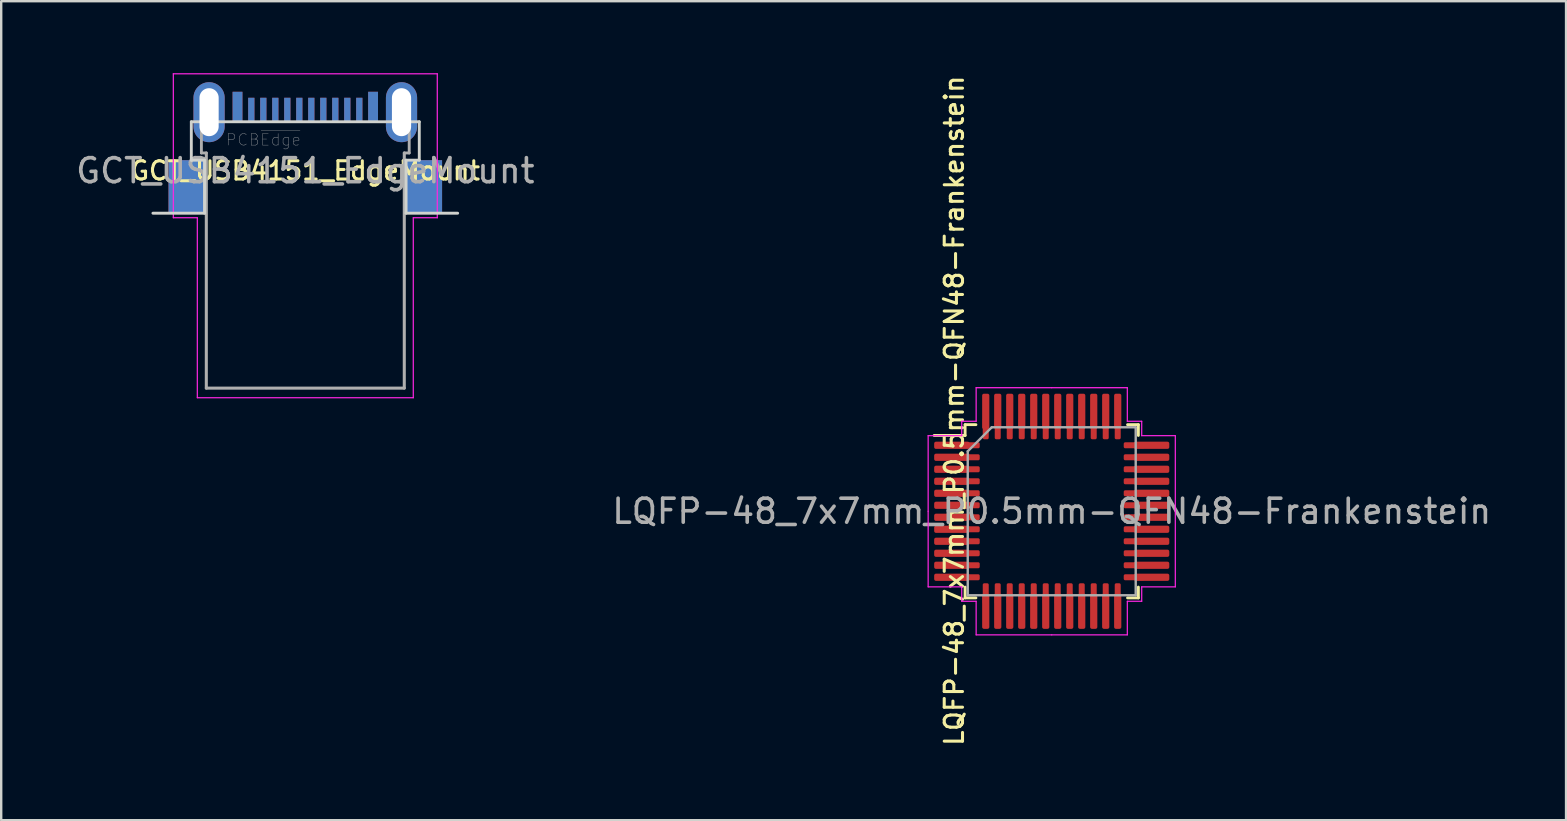
<source format=kicad_pcb>
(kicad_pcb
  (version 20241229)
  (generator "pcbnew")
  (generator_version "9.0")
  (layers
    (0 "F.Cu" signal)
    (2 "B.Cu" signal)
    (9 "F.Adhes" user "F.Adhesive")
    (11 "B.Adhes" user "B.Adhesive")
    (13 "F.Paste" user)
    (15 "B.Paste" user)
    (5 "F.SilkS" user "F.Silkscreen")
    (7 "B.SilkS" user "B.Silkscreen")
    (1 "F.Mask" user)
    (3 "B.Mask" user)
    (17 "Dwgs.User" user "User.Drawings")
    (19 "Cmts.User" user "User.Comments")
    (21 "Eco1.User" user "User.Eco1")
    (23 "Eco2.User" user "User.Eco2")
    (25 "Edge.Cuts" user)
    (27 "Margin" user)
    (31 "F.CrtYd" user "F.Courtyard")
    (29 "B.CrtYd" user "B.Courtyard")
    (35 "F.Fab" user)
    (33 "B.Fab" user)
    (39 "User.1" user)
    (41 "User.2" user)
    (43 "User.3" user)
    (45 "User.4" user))
  (footprint "GCT_USB4151_EdgeMount"
    (layer "F.Cu")
    (at 9.673 2.025)
    (property "Reference" "GCT_USB4151_EdgeMount" (at 0 2.04 0) (layer "F.SilkS") (effects (font (size 0.762 0.762) (thickness 0.127))))
    (attr through_hole)
    (fp_line (start -4.75 0) (end -4.75 1.6) (stroke (width 0.12) (type solid)) (layer "Edge.Cuts"))
    (fp_line (start -4.75 0) (end 4.75 0) (stroke (width 0.12) (type solid)) (layer "Edge.Cuts"))
    (fp_line (start -4.2 1.6) (end -4.75 1.6) (stroke (width 0.12) (type solid)) (layer "Edge.Cuts"))
    (fp_line (start -4.2 1.6) (end -4.2 3.81) (stroke (width 0.12) (type solid)) (layer "Edge.Cuts"))
    (fp_line (start -4.2 3.81) (end -6.35 3.81) (stroke (width 0.12) (type solid)) (layer "Edge.Cuts"))
    (fp_line (start 4.2 1.6) (end 4.2 3.81) (stroke (width 0.12) (type solid)) (layer "Edge.Cuts"))
    (fp_line (start 4.2 1.6) (end 4.75 1.6) (stroke (width 0.12) (type solid)) (layer "Edge.Cuts"))
    (fp_line (start 4.2 3.81) (end 6.35 3.81) (stroke (width 0.12) (type solid)) (layer "Edge.Cuts"))
    (fp_line (start 4.75 0) (end 4.75 1.6) (stroke (width 0.12) (type solid)) (layer "Edge.Cuts"))
    (fp_line (start -5.5 -2) (end 5.5 -2) (stroke (width 0.05) (type solid)) (layer "F.CrtYd"))
    (fp_line (start -5.5 4) (end -5.5 -2) (stroke (width 0.05) (type solid)) (layer "F.CrtYd"))
    (fp_line (start -5.5 4) (end -4.5 4) (stroke (width 0.05) (type solid)) (layer "F.CrtYd"))
    (fp_line (start -4.5 4) (end -4.5 11.5) (stroke (width 0.05) (type solid)) (layer "F.CrtYd"))
    (fp_line (start 4.5 4) (end 5.5 4) (stroke (width 0.05) (type solid)) (layer "F.CrtYd"))
    (fp_line (start 4.5 11.5) (end -4.5 11.5) (stroke (width 0.05) (type solid)) (layer "F.CrtYd"))
    (fp_line (start 4.5 11.5) (end 4.5 4) (stroke (width 0.05) (type solid)) (layer "F.CrtYd"))
    (fp_line (start 5.5 -2) (end 5.5 4) (stroke (width 0.05) (type solid)) (layer "F.CrtYd"))
    (fp_line (start -4.33 0) (end -4.33 1.3) (stroke (width 0.12) (type solid)) (layer "F.Fab"))
    (fp_line (start -4.33 1.3) (end -4.125 1.3) (stroke (width 0.12) (type solid)) (layer "F.Fab"))
    (fp_line (start -4.125 11.1) (end -4.125 1.3) (stroke (width 0.127) (type solid)) (layer "F.Fab"))
    (fp_line (start 4.125 1.3) (end 4.125 11.1) (stroke (width 0.127) (type solid)) (layer "F.Fab"))
    (fp_line (start 4.125 1.3) (end 4.33 1.3) (stroke (width 0.12) (type solid)) (layer "F.Fab"))
    (fp_line (start 4.125 11.1) (end -4.125 11.1) (stroke (width 0.127) (type solid)) (layer "F.Fab"))
    (fp_line (start 4.33 0) (end 4.33 1.3) (stroke (width 0.12) (type solid)) (layer "F.Fab"))
    (fp_text user "PCB~{Edge}" (at -1.75 0.75 0) (layer "F.Fab") (effects (font (size 0.48 0.48) (thickness 0.015))))
    (fp_text user "${REFERENCE}" (at 0 2.04 0) (layer "F.Fab") (effects (font (size 1 1) (thickness 0.15))))
    (pad "A1" smd rect (at 2.825 -0.625) (size 0.41 1.25) (layers "F.Cu" "F.Mask" "F.Paste"))
    (pad "A2" smd rect (at 2.25 -0.5) (size 0.26 1) (layers "F.Cu" "F.Mask" "F.Paste"))
    (pad "A3" smd rect (at 1.75 -0.5) (size 0.26 1) (layers "F.Cu" "F.Mask" "F.Paste"))
    (pad "A4" smd rect (at 1.25 -0.5) (size 0.26 1) (layers "F.Cu" "F.Mask" "F.Paste"))
    (pad "A5" smd rect (at 0.75 -0.5) (size 0.26 1) (layers "F.Cu" "F.Mask" "F.Paste"))
    (pad "A6" smd rect (at 0.25 -0.5) (size 0.26 1) (layers "F.Cu" "F.Mask" "F.Paste"))
    (pad "A7" smd rect (at -0.25 -0.5) (size 0.26 1) (layers "F.Cu" "F.Mask" "F.Paste"))
    (pad "A8" smd rect (at -0.75 -0.5) (size 0.26 1) (layers "F.Cu" "F.Mask" "F.Paste"))
    (pad "A9" smd rect (at -1.25 -0.5) (size 0.26 1) (layers "F.Cu" "F.Mask" "F.Paste"))
    (pad "A10" smd rect (at -1.75 -0.5) (size 0.26 1) (layers "F.Cu" "F.Mask" "F.Paste"))
    (pad "A11" smd rect (at -2.25 -0.5) (size 0.26 1) (layers "F.Cu" "F.Mask" "F.Paste"))
    (pad "A12" smd rect (at -2.825 -0.625) (size 0.41 1.25) (layers "F.Cu" "F.Mask" "F.Paste"))
    (pad "B1" smd rect (at -2.825 -0.625) (size 0.41 1.25) (layers "B.Cu" "B.Mask" "B.Paste"))
    (pad "B2" smd rect (at -2.25 -0.5) (size 0.26 1) (layers "B.Cu" "B.Mask" "B.Paste"))
    (pad "B3" smd rect (at -1.75 -0.5) (size 0.26 1) (layers "B.Cu" "B.Mask" "B.Paste"))
    (pad "B4" smd rect (at -1.25 -0.5) (size 0.26 1) (layers "B.Cu" "B.Mask" "B.Paste"))
    (pad "B5" smd rect (at -0.75 -0.5) (size 0.26 1) (layers "B.Cu" "B.Mask" "B.Paste"))
    (pad "B6" smd rect (at -0.25 -0.5) (size 0.26 1) (layers "B.Cu" "B.Mask" "B.Paste"))
    (pad "B7" smd rect (at 0.25 -0.5) (size 0.26 1) (layers "B.Cu" "B.Mask" "B.Paste"))
    (pad "B8" smd rect (at 0.75 -0.5) (size 0.26 1) (layers "B.Cu" "B.Mask" "B.Paste"))
    (pad "B9" smd rect (at 1.25 -0.5) (size 0.26 1) (layers "B.Cu" "B.Mask" "B.Paste"))
    (pad "B10" smd rect (at 1.75 -0.5) (size 0.26 1) (layers "B.Cu" "B.Mask" "B.Paste"))
    (pad "B11" smd rect (at 2.25 -0.5) (size 0.26 1) (layers "B.Cu" "B.Mask" "B.Paste"))
    (pad "B12" smd rect (at 2.825 -0.625) (size 0.41 1.25) (layers "B.Cu" "B.Mask" "B.Paste"))
    (pad "S1" thru_hole oval (at -4.01 -0.4) (size 1.3 2.5) (drill oval 0.8 2) (layers "*.Cu" "*.Mask"))
    (pad "S2" thru_hole oval (at 4.01 -0.4) (size 1.3 2.5) (drill oval 0.8 2) (layers "*.Cu" "*.Mask"))
    (pad "S3" smd rect (at -4.95 2.7) (size 1.5 2.2) (layers "F.Cu" "F.Mask" "F.Paste"))
    (pad "S4" smd rect (at 4.95 2.7) (size 1.5 2.2) (layers "F.Cu" "F.Mask" "F.Paste"))
    (pad "S5" smd rect (at -4.95 2.7) (size 1.5 2.2) (layers "B.Cu" "B.Mask" "B.Paste"))
    (pad "S6" smd rect (at 4.95 2.7) (size 1.5 2.2) (layers "B.Cu" "B.Mask" "B.Paste")))
  (footprint "LQFP-48_7x7mm_P0.5mm-QFN48-Frankenstein"
    (layer "F.Cu")
    (at 40.78 18.257)
    (property "Reference" "LQFP-48_7x7mm_P0.5mm-QFN48-Frankenstein" (at -4.064 -4.191 90) (layer "F.SilkS") (effects (font (size 0.762 0.762) (thickness 0.127))))
    (attr smd)
    (fp_line (start -3.61 -3.61) (end -3.61 -3.16) (stroke (width 0.12) (type solid)) (layer "F.SilkS"))
    (fp_line (start -3.61 -3.16) (end -4.9 -3.16) (stroke (width 0.12) (type solid)) (layer "F.SilkS"))
    (fp_line (start -3.61 3.61) (end -3.61 3.16) (stroke (width 0.12) (type solid)) (layer "F.SilkS"))
    (fp_line (start -3.16 -3.61) (end -3.61 -3.61) (stroke (width 0.12) (type solid)) (layer "F.SilkS"))
    (fp_line (start -3.16 3.61) (end -3.61 3.61) (stroke (width 0.12) (type solid)) (layer "F.SilkS"))
    (fp_line (start 3.16 -3.61) (end 3.61 -3.61) (stroke (width 0.12) (type solid)) (layer "F.SilkS"))
    (fp_line (start 3.16 3.61) (end 3.61 3.61) (stroke (width 0.12) (type solid)) (layer "F.SilkS"))
    (fp_line (start 3.61 -3.61) (end 3.61 -3.16) (stroke (width 0.12) (type solid)) (layer "F.SilkS"))
    (fp_line (start 3.61 3.61) (end 3.61 3.16) (stroke (width 0.12) (type solid)) (layer "F.SilkS"))
    (fp_line (start -5.15 -3.15) (end -5.15 0) (stroke (width 0.05) (type solid)) (layer "F.CrtYd"))
    (fp_line (start -5.15 3.15) (end -5.15 0) (stroke (width 0.05) (type solid)) (layer "F.CrtYd"))
    (fp_line (start -3.75 -3.75) (end -3.75 -3.15) (stroke (width 0.05) (type solid)) (layer "F.CrtYd"))
    (fp_line (start -3.75 -3.15) (end -5.15 -3.15) (stroke (width 0.05) (type solid)) (layer "F.CrtYd"))
    (fp_line (start -3.75 3.15) (end -5.15 3.15) (stroke (width 0.05) (type solid)) (layer "F.CrtYd"))
    (fp_line (start -3.75 3.75) (end -3.75 3.15) (stroke (width 0.05) (type solid)) (layer "F.CrtYd"))
    (fp_line (start -3.15 -5.15) (end -3.15 -3.75) (stroke (width 0.05) (type solid)) (layer "F.CrtYd"))
    (fp_line (start -3.15 -3.75) (end -3.75 -3.75) (stroke (width 0.05) (type solid)) (layer "F.CrtYd"))
    (fp_line (start -3.15 3.75) (end -3.75 3.75) (stroke (width 0.05) (type solid)) (layer "F.CrtYd"))
    (fp_line (start -3.15 5.15) (end -3.15 3.75) (stroke (width 0.05) (type solid)) (layer "F.CrtYd"))
    (fp_line (start 0 -5.15) (end -3.15 -5.15) (stroke (width 0.05) (type solid)) (layer "F.CrtYd"))
    (fp_line (start 0 -5.15) (end 3.15 -5.15) (stroke (width 0.05) (type solid)) (layer "F.CrtYd"))
    (fp_line (start 0 5.15) (end -3.15 5.15) (stroke (width 0.05) (type solid)) (layer "F.CrtYd"))
    (fp_line (start 0 5.15) (end 3.15 5.15) (stroke (width 0.05) (type solid)) (layer "F.CrtYd"))
    (fp_line (start 3.15 -5.15) (end 3.15 -3.75) (stroke (width 0.05) (type solid)) (layer "F.CrtYd"))
    (fp_line (start 3.15 -3.75) (end 3.75 -3.75) (stroke (width 0.05) (type solid)) (layer "F.CrtYd"))
    (fp_line (start 3.15 3.75) (end 3.75 3.75) (stroke (width 0.05) (type solid)) (layer "F.CrtYd"))
    (fp_line (start 3.15 5.15) (end 3.15 3.75) (stroke (width 0.05) (type solid)) (layer "F.CrtYd"))
    (fp_line (start 3.75 -3.75) (end 3.75 -3.15) (stroke (width 0.05) (type solid)) (layer "F.CrtYd"))
    (fp_line (start 3.75 -3.15) (end 5.15 -3.15) (stroke (width 0.05) (type solid)) (layer "F.CrtYd"))
    (fp_line (start 3.75 3.15) (end 5.15 3.15) (stroke (width 0.05) (type solid)) (layer "F.CrtYd"))
    (fp_line (start 3.75 3.75) (end 3.75 3.15) (stroke (width 0.05) (type solid)) (layer "F.CrtYd"))
    (fp_line (start 5.15 -3.15) (end 5.15 0) (stroke (width 0.05) (type solid)) (layer "F.CrtYd"))
    (fp_line (start 5.15 3.15) (end 5.15 0) (stroke (width 0.05) (type solid)) (layer "F.CrtYd"))
    (fp_line (start -3.5 -2.5) (end -2.5 -3.5) (stroke (width 0.1) (type solid)) (layer "F.Fab"))
    (fp_line (start -3.5 3.5) (end -3.5 -2.5) (stroke (width 0.1) (type solid)) (layer "F.Fab"))
    (fp_line (start -2.5 -3.5) (end 3.5 -3.5) (stroke (width 0.1) (type solid)) (layer "F.Fab"))
    (fp_line (start 3.5 -3.5) (end 3.5 3.5) (stroke (width 0.1) (type solid)) (layer "F.Fab"))
    (fp_line (start 3.5 3.5) (end -3.5 3.5) (stroke (width 0.1) (type solid)) (layer "F.Fab"))
    (fp_text user "${REFERENCE}" (at 0 0 180) (layer "F.Fab") (effects (font (size 1 1) (thickness 0.15))))
    (pad "1" smd roundrect (at -4.162 -2.75) (size 1.475 0.3) (layers "F.Cu" "F.Mask" "F.Paste") (roundrect_rratio 0.25))
    (pad "1" smd roundrect (at -3.438 -2.75) (size 0.875 0.25) (layers "F.Cu" "F.Mask" "F.Paste") (roundrect_rratio 0.25))
    (pad "2" smd roundrect (at -4.162 -2.25) (size 1.475 0.3) (layers "F.Cu" "F.Mask" "F.Paste") (roundrect_rratio 0.25))
    (pad "2" smd roundrect (at -3.438 -2.25) (size 0.875 0.25) (layers "F.Cu" "F.Mask" "F.Paste") (roundrect_rratio 0.25))
    (pad "3" smd roundrect (at -4.162 -1.75) (size 1.475 0.3) (layers "F.Cu" "F.Mask" "F.Paste") (roundrect_rratio 0.25))
    (pad "3" smd roundrect (at -3.438 -1.75) (size 0.875 0.25) (layers "F.Cu" "F.Mask" "F.Paste") (roundrect_rratio 0.25))
    (pad "4" smd roundrect (at -4.162 -1.25) (size 1.475 0.3) (layers "F.Cu" "F.Mask" "F.Paste") (roundrect_rratio 0.25))
    (pad "4" smd roundrect (at -3.438 -1.25) (size 0.875 0.25) (layers "F.Cu" "F.Mask" "F.Paste") (roundrect_rratio 0.25))
    (pad "5" smd roundrect (at -4.162 -0.75) (size 1.475 0.3) (layers "F.Cu" "F.Mask" "F.Paste") (roundrect_rratio 0.25))
    (pad "5" smd roundrect (at -3.438 -0.75) (size 0.875 0.25) (layers "F.Cu" "F.Mask" "F.Paste") (roundrect_rratio 0.25))
    (pad "6" smd roundrect (at -4.162 -0.25) (size 1.475 0.3) (layers "F.Cu" "F.Mask" "F.Paste") (roundrect_rratio 0.25))
    (pad "6" smd roundrect (at -3.438 -0.25) (size 0.875 0.25) (layers "F.Cu" "F.Mask" "F.Paste") (roundrect_rratio 0.25))
    (pad "7" smd roundrect (at -4.162 0.25) (size 1.475 0.3) (layers "F.Cu" "F.Mask" "F.Paste") (roundrect_rratio 0.25))
    (pad "7" smd roundrect (at -3.438 0.25) (size 0.875 0.25) (layers "F.Cu" "F.Mask" "F.Paste") (roundrect_rratio 0.25))
    (pad "8" smd roundrect (at -4.162 0.75) (size 1.475 0.3) (layers "F.Cu" "F.Mask" "F.Paste") (roundrect_rratio 0.25))
    (pad "8" smd roundrect (at -3.438 0.75) (size 0.875 0.25) (layers "F.Cu" "F.Mask" "F.Paste") (roundrect_rratio 0.25))
    (pad "9" smd roundrect (at -4.162 1.25) (size 1.475 0.3) (layers "F.Cu" "F.Mask" "F.Paste") (roundrect_rratio 0.25))
    (pad "9" smd roundrect (at -3.438 1.25) (size 0.875 0.25) (layers "F.Cu" "F.Mask" "F.Paste") (roundrect_rratio 0.25))
    (pad "10" smd roundrect (at -4.162 1.75) (size 1.475 0.3) (layers "F.Cu" "F.Mask" "F.Paste") (roundrect_rratio 0.25))
    (pad "10" smd roundrect (at -3.438 1.75) (size 0.875 0.25) (layers "F.Cu" "F.Mask" "F.Paste") (roundrect_rratio 0.25))
    (pad "11" smd roundrect (at -4.162 2.25) (size 1.475 0.3) (layers "F.Cu" "F.Mask" "F.Paste") (roundrect_rratio 0.25))
    (pad "11" smd roundrect (at -3.438 2.25) (size 0.875 0.25) (layers "F.Cu" "F.Mask" "F.Paste") (roundrect_rratio 0.25))
    (pad "12" smd roundrect (at -4.162 2.75) (size 1.475 0.3) (layers "F.Cu" "F.Mask" "F.Paste") (roundrect_rratio 0.25))
    (pad "12" smd roundrect (at -3.438 2.75) (size 0.875 0.25) (layers "F.Cu" "F.Mask" "F.Paste") (roundrect_rratio 0.25))
    (pad "13" smd roundrect (at -2.75 3.438) (size 0.25 0.875) (layers "F.Cu" "F.Mask" "F.Paste") (roundrect_rratio 0.25))
    (pad "13" smd roundrect (at -2.75 4.162) (size 0.3 1.475) (layers "F.Cu" "F.Mask" "F.Paste") (roundrect_rratio 0.25))
    (pad "14" smd roundrect (at -2.25 3.438) (size 0.25 0.875) (layers "F.Cu" "F.Mask" "F.Paste") (roundrect_rratio 0.25))
    (pad "14" smd roundrect (at -2.25 4.162) (size 0.3 1.475) (layers "F.Cu" "F.Mask" "F.Paste") (roundrect_rratio 0.25))
    (pad "15" smd roundrect (at -1.75 3.438) (size 0.25 0.875) (layers "F.Cu" "F.Mask" "F.Paste") (roundrect_rratio 0.25))
    (pad "15" smd roundrect (at -1.75 4.162) (size 0.3 1.475) (layers "F.Cu" "F.Mask" "F.Paste") (roundrect_rratio 0.25))
    (pad "16" smd roundrect (at -1.25 3.438) (size 0.25 0.875) (layers "F.Cu" "F.Mask" "F.Paste") (roundrect_rratio 0.25))
    (pad "16" smd roundrect (at -1.25 4.162) (size 0.3 1.475) (layers "F.Cu" "F.Mask" "F.Paste") (roundrect_rratio 0.25))
    (pad "17" smd roundrect (at -0.75 3.438) (size 0.25 0.875) (layers "F.Cu" "F.Mask" "F.Paste") (roundrect_rratio 0.25))
    (pad "17" smd roundrect (at -0.75 4.162) (size 0.3 1.475) (layers "F.Cu" "F.Mask" "F.Paste") (roundrect_rratio 0.25))
    (pad "18" smd roundrect (at -0.25 3.438) (size 0.25 0.875) (layers "F.Cu" "F.Mask" "F.Paste") (roundrect_rratio 0.25))
    (pad "18" smd roundrect (at -0.25 4.162) (size 0.3 1.475) (layers "F.Cu" "F.Mask" "F.Paste") (roundrect_rratio 0.25))
    (pad "19" smd roundrect (at 0.25 3.438) (size 0.25 0.875) (layers "F.Cu" "F.Mask" "F.Paste") (roundrect_rratio 0.25))
    (pad "19" smd roundrect (at 0.25 4.162) (size 0.3 1.475) (layers "F.Cu" "F.Mask" "F.Paste") (roundrect_rratio 0.25))
    (pad "20" smd roundrect (at 0.75 3.438) (size 0.25 0.875) (layers "F.Cu" "F.Mask" "F.Paste") (roundrect_rratio 0.25))
    (pad "20" smd roundrect (at 0.75 4.162) (size 0.3 1.475) (layers "F.Cu" "F.Mask" "F.Paste") (roundrect_rratio 0.25))
    (pad "21" smd roundrect (at 1.25 3.438) (size 0.25 0.875) (layers "F.Cu" "F.Mask" "F.Paste") (roundrect_rratio 0.25))
    (pad "21" smd roundrect (at 1.25 4.162) (size 0.3 1.475) (layers "F.Cu" "F.Mask" "F.Paste") (roundrect_rratio 0.25))
    (pad "22" smd roundrect (at 1.75 3.438) (size 0.25 0.875) (layers "F.Cu" "F.Mask" "F.Paste") (roundrect_rratio 0.25))
    (pad "22" smd roundrect (at 1.75 4.162) (size 0.3 1.475) (layers "F.Cu" "F.Mask" "F.Paste") (roundrect_rratio 0.25))
    (pad "23" smd roundrect (at 2.25 3.438) (size 0.25 0.875) (layers "F.Cu" "F.Mask" "F.Paste") (roundrect_rratio 0.25))
    (pad "23" smd roundrect (at 2.25 4.162) (size 0.3 1.475) (layers "F.Cu" "F.Mask" "F.Paste") (roundrect_rratio 0.25))
    (pad "24" smd roundrect (at 2.75 3.438) (size 0.25 0.875) (layers "F.Cu" "F.Mask" "F.Paste") (roundrect_rratio 0.25))
    (pad "24" smd roundrect (at 2.75 4.162) (size 0.3 1.475) (layers "F.Cu" "F.Mask" "F.Paste") (roundrect_rratio 0.25))
    (pad "25" smd roundrect (at 3.438 2.75) (size 0.875 0.25) (layers "F.Cu" "F.Mask" "F.Paste") (roundrect_rratio 0.25))
    (pad "25" smd roundrect (at 4.162 2.75) (size 1.475 0.3) (layers "F.Cu" "F.Mask" "F.Paste") (roundrect_rratio 0.25))
    (pad "26" smd roundrect (at 3.438 2.25) (size 0.875 0.25) (layers "F.Cu" "F.Mask" "F.Paste") (roundrect_rratio 0.25))
    (pad "26" smd roundrect (at 4.162 2.25) (size 1.475 0.3) (layers "F.Cu" "F.Mask" "F.Paste") (roundrect_rratio 0.25))
    (pad "27" smd roundrect (at 3.438 1.75) (size 0.875 0.25) (layers "F.Cu" "F.Mask" "F.Paste") (roundrect_rratio 0.25))
    (pad "27" smd roundrect (at 4.162 1.75) (size 1.475 0.3) (layers "F.Cu" "F.Mask" "F.Paste") (roundrect_rratio 0.25))
    (pad "28" smd roundrect (at 3.438 1.25) (size 0.875 0.25) (layers "F.Cu" "F.Mask" "F.Paste") (roundrect_rratio 0.25))
    (pad "28" smd roundrect (at 4.162 1.25) (size 1.475 0.3) (layers "F.Cu" "F.Mask" "F.Paste") (roundrect_rratio 0.25))
    (pad "29" smd roundrect (at 3.438 0.75) (size 0.875 0.25) (layers "F.Cu" "F.Mask" "F.Paste") (roundrect_rratio 0.25))
    (pad "29" smd roundrect (at 4.162 0.75) (size 1.475 0.3) (layers "F.Cu" "F.Mask" "F.Paste") (roundrect_rratio 0.25))
    (pad "30" smd roundrect (at 3.438 0.25) (size 0.875 0.25) (layers "F.Cu" "F.Mask" "F.Paste") (roundrect_rratio 0.25))
    (pad "30" smd roundrect (at 4.162 0.25) (size 1.475 0.3) (layers "F.Cu" "F.Mask" "F.Paste") (roundrect_rratio 0.25))
    (pad "31" smd roundrect (at 3.438 -0.25) (size 0.875 0.25) (layers "F.Cu" "F.Mask" "F.Paste") (roundrect_rratio 0.25))
    (pad "31" smd roundrect (at 4.162 -0.25) (size 1.475 0.3) (layers "F.Cu" "F.Mask" "F.Paste") (roundrect_rratio 0.25))
    (pad "32" smd roundrect (at 3.438 -0.75) (size 0.875 0.25) (layers "F.Cu" "F.Mask" "F.Paste") (roundrect_rratio 0.25))
    (pad "32" smd roundrect (at 4.162 -0.75) (size 1.475 0.3) (layers "F.Cu" "F.Mask" "F.Paste") (roundrect_rratio 0.25))
    (pad "33" smd roundrect (at 3.438 -1.25) (size 0.875 0.25) (layers "F.Cu" "F.Mask" "F.Paste") (roundrect_rratio 0.25))
    (pad "33" smd roundrect (at 4.162 -1.25) (size 1.475 0.3) (layers "F.Cu" "F.Mask" "F.Paste") (roundrect_rratio 0.25))
    (pad "34" smd roundrect (at 3.438 -1.75) (size 0.875 0.25) (layers "F.Cu" "F.Mask" "F.Paste") (roundrect_rratio 0.25))
    (pad "34" smd roundrect (at 4.162 -1.75) (size 1.475 0.3) (layers "F.Cu" "F.Mask" "F.Paste") (roundrect_rratio 0.25))
    (pad "35" smd roundrect (at 3.438 -2.25) (size 0.875 0.25) (layers "F.Cu" "F.Mask" "F.Paste") (roundrect_rratio 0.25))
    (pad "35" smd roundrect (at 4.162 -2.25) (size 1.475 0.3) (layers "F.Cu" "F.Mask" "F.Paste") (roundrect_rratio 0.25))
    (pad "36" smd roundrect (at 3.438 -2.75) (size 0.875 0.25) (layers "F.Cu" "F.Mask" "F.Paste") (roundrect_rratio 0.25))
    (pad "36" smd roundrect (at 4.162 -2.75) (size 1.475 0.3) (layers "F.Cu" "F.Mask" "F.Paste") (roundrect_rratio 0.25))
    (pad "37" smd roundrect (at 2.75 -4.162) (size 0.3 1.475) (layers "F.Cu" "F.Mask" "F.Paste") (roundrect_rratio 0.25))
    (pad "37" smd roundrect (at 2.75 -3.438) (size 0.25 0.875) (layers "F.Cu" "F.Mask" "F.Paste") (roundrect_rratio 0.25))
    (pad "38" smd roundrect (at 2.25 -4.162) (size 0.3 1.475) (layers "F.Cu" "F.Mask" "F.Paste") (roundrect_rratio 0.25))
    (pad "38" smd roundrect (at 2.25 -3.438) (size 0.25 0.875) (layers "F.Cu" "F.Mask" "F.Paste") (roundrect_rratio 0.25))
    (pad "39" smd roundrect (at 1.75 -4.162) (size 0.3 1.475) (layers "F.Cu" "F.Mask" "F.Paste") (roundrect_rratio 0.25))
    (pad "39" smd roundrect (at 1.75 -3.438) (size 0.25 0.875) (layers "F.Cu" "F.Mask" "F.Paste") (roundrect_rratio 0.25))
    (pad "40" smd roundrect (at 1.25 -4.162) (size 0.3 1.475) (layers "F.Cu" "F.Mask" "F.Paste") (roundrect_rratio 0.25))
    (pad "40" smd roundrect (at 1.25 -3.438) (size 0.25 0.875) (layers "F.Cu" "F.Mask" "F.Paste") (roundrect_rratio 0.25))
    (pad "41" smd roundrect (at 0.75 -4.162) (size 0.3 1.475) (layers "F.Cu" "F.Mask" "F.Paste") (roundrect_rratio 0.25))
    (pad "41" smd roundrect (at 0.75 -3.438) (size 0.25 0.875) (layers "F.Cu" "F.Mask" "F.Paste") (roundrect_rratio 0.25))
    (pad "42" smd roundrect (at 0.25 -4.162) (size 0.3 1.475) (layers "F.Cu" "F.Mask" "F.Paste") (roundrect_rratio 0.25))
    (pad "42" smd roundrect (at 0.25 -3.438) (size 0.25 0.875) (layers "F.Cu" "F.Mask" "F.Paste") (roundrect_rratio 0.25))
    (pad "43" smd roundrect (at -0.25 -4.162) (size 0.3 1.475) (layers "F.Cu" "F.Mask" "F.Paste") (roundrect_rratio 0.25))
    (pad "43" smd roundrect (at -0.25 -3.438) (size 0.25 0.875) (layers "F.Cu" "F.Mask" "F.Paste") (roundrect_rratio 0.25))
    (pad "44" smd roundrect (at -0.75 -4.162) (size 0.3 1.475) (layers "F.Cu" "F.Mask" "F.Paste") (roundrect_rratio 0.25))
    (pad "44" smd roundrect (at -0.75 -3.438) (size 0.25 0.875) (layers "F.Cu" "F.Mask" "F.Paste") (roundrect_rratio 0.25))
    (pad "45" smd roundrect (at -1.25 -4.162) (size 0.3 1.475) (layers "F.Cu" "F.Mask" "F.Paste") (roundrect_rratio 0.25))
    (pad "45" smd roundrect (at -1.25 -3.438) (size 0.25 0.875) (layers "F.Cu" "F.Mask" "F.Paste") (roundrect_rratio 0.25))
    (pad "46" smd roundrect (at -1.75 -4.162) (size 0.3 1.475) (layers "F.Cu" "F.Mask" "F.Paste") (roundrect_rratio 0.25))
    (pad "46" smd roundrect (at -1.75 -3.438) (size 0.25 0.875) (layers "F.Cu" "F.Mask" "F.Paste") (roundrect_rratio 0.25))
    (pad "47" smd roundrect (at -2.25 -4.162) (size 0.3 1.475) (layers "F.Cu" "F.Mask" "F.Paste") (roundrect_rratio 0.25))
    (pad "47" smd roundrect (at -2.25 -3.438) (size 0.25 0.875) (layers "F.Cu" "F.Mask" "F.Paste") (roundrect_rratio 0.25))
    (pad "48" smd roundrect (at -2.75 -4.162) (size 0.3 1.475) (layers "F.Cu" "F.Mask" "F.Paste") (roundrect_rratio 0.25))
    (pad "48" smd roundrect (at -2.75 -3.438) (size 0.25 0.875) (layers "F.Cu" "F.Mask" "F.Paste") (roundrect_rratio 0.25)))
  (gr_rect
    (start -3 -3)
    (end 62.214 31.132)
    (stroke (width 0.1) (type default))
    (fill no)
    (layer "Edge.Cuts")))
</source>
